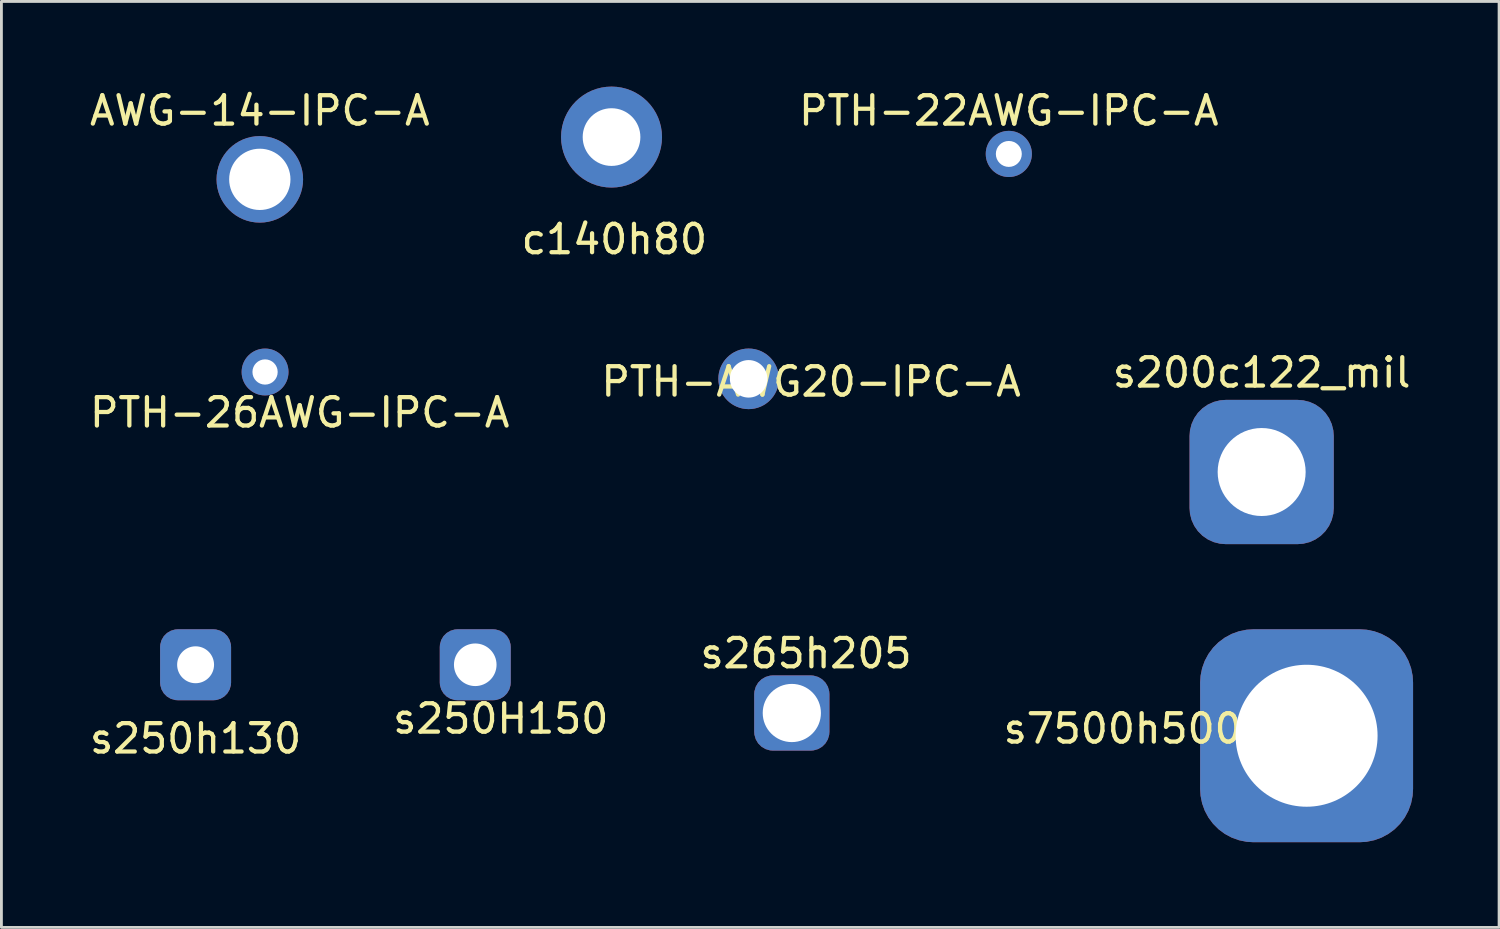
<source format=kicad_pcb>
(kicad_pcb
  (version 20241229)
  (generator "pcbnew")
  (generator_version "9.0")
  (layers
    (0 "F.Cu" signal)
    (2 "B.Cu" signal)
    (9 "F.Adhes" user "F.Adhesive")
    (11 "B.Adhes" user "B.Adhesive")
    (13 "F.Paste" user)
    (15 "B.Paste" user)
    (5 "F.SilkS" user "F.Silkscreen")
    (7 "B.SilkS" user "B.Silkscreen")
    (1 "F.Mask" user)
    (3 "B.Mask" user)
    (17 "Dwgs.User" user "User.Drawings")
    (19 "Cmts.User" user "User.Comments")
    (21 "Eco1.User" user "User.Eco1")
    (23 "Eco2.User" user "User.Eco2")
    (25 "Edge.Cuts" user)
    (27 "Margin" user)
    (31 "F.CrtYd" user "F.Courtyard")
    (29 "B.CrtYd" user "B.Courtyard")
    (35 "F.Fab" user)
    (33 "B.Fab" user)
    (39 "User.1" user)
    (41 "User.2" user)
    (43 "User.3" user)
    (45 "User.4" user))
  (footprint "PTH-22AWG-IPC-A"
    (layer "F.Cu")
    (at 32.482 2.372)
    (property "Reference" "PTH-22AWG-IPC-A" (at 0 -1.524 0) (layer "F.SilkS") (effects (font (size 1 1) (thickness 0.15))))
    (attr through_hole)
    (pad "1" thru_hole circle (at 0 0) (size 1.626 1.626) (drill 0.914) (layers "*.Cu" "*.Mask")))
  (footprint "s7500h5000"
    (layer "F.Cu")
    (at 42.97 22.864)
    (property "Reference" "s7500h5000" (at -6 -0.25 0) (layer "F.SilkS") (effects (font (size 1 1) (thickness 0.15))))
    (attr through_hole)
    (pad "1" thru_hole roundrect (at 0 0) (size 7.5 7.5) (drill 5) (layers "*.Cu" "*.Mask") (roundrect_rratio 0.25)))
  (footprint "s265h205"
    (layer "F.Cu")
    (at 24.839 22.063)
    (property "Reference" "s265h205" (at 0.5 -2.1 0) (layer "F.SilkS") (effects (font (size 1 1) (thickness 0.15))))
    (attr through_hole)
    (pad "1" thru_hole roundrect (at 0 0) (size 2.65 2.65) (drill 2.05) (layers "*.Cu" "*.Mask") (roundrect_rratio 0.25)))
  (footprint "AWG-14-IPC-A"
    (layer "F.Cu")
    (at 6.101 3.267)
    (property "Reference" "AWG-14-IPC-A" (at 0 -2.419 0) (layer "F.SilkS") (effects (font (size 1 1) (thickness 0.15))))
    (attr through_hole)
    (pad "1" thru_hole circle (at 0 0) (size 3.048 3.048) (drill 2.159) (layers "*.Cu" "*.Mask")))
  (footprint "PTH-AWG20-IPC-A"
    (layer "F.Cu")
    (at 23.318 10.293)
    (property "Reference" "PTH-AWG20-IPC-A" (at 2.2 0.1 0) (layer "F.SilkS") (effects (font (size 1 1) (thickness 0.15))))
    (attr through_hole)
    (pad "1" thru_hole circle (at 0 0) (size 2.134 2.134) (drill 1.321) (layers "*.Cu" "*.Mask")))
  (footprint "c140h80"
    (layer "F.Cu")
    (at 18.489 1.778)
    (property "Reference" "c140h80" (at 0.1 3.6 0) (layer "F.SilkS") (effects (font (size 1 1) (thickness 0.15))))
    (attr through_hole)
    (pad "1" thru_hole circle (at 0 0) (size 3.556 3.556) (drill 2.032) (layers "*.Cu" "*.Mask")))
  (footprint "s250H150"
    (layer "F.Cu")
    (at 13.689 20.364)
    (property "Reference" "s250H150" (at 0.9 1.9 0) (layer "F.SilkS") (effects (font (size 1 1) (thickness 0.15))))
    (attr through_hole)
    (pad "1" thru_hole roundrect (at 0 0) (size 2.5 2.5) (drill 1.5) (layers "*.Cu" "*.Mask") (roundrect_rratio 0.25)))
  (footprint "s200c122_mil"
    (layer "F.Cu")
    (at 41.387 13.575)
    (property "Reference" "s200c122_mil" (at 0 -3.5 0) (layer "F.SilkS") (effects (font (size 1 1) (thickness 0.15))))
    (attr through_hole)
    (pad "1" thru_hole roundrect (at 0 0) (size 5.08 5.08) (drill 3.099) (layers "*.Cu" "*.Mask") (roundrect_rratio 0.25)))
  (footprint "PTH-26AWG-IPC-A"
    (layer "F.Cu")
    (at 6.286 10.052)
    (property "Reference" "PTH-26AWG-IPC-A" (at 1.22 1.43 0) (layer "F.SilkS") (effects (font (size 1 1) (thickness 0.15))))
    (attr through_hole)
    (pad "1" thru_hole circle (at 0 0) (size 1.651 1.651) (drill 0.889) (layers "*.Cu" "*.Mask")))
  (footprint "s250h130"
    (layer "F.Cu")
    (at 3.839 20.364)
    (property "Reference" "s250h130" (at 0 2.6 0) (layer "F.SilkS") (effects (font (size 1 1) (thickness 0.15))))
    (attr through_hole)
    (pad "1" thru_hole roundrect (at 0 0) (size 2.5 2.5) (drill 1.3) (layers "*.Cu" "*.Mask") (roundrect_rratio 0.25)))
  (gr_rect
    (start -3 -3)
    (end 49.75 29.614)
    (stroke (width 0.1) (type default))
    (fill no)
    (layer "Edge.Cuts")))
</source>
